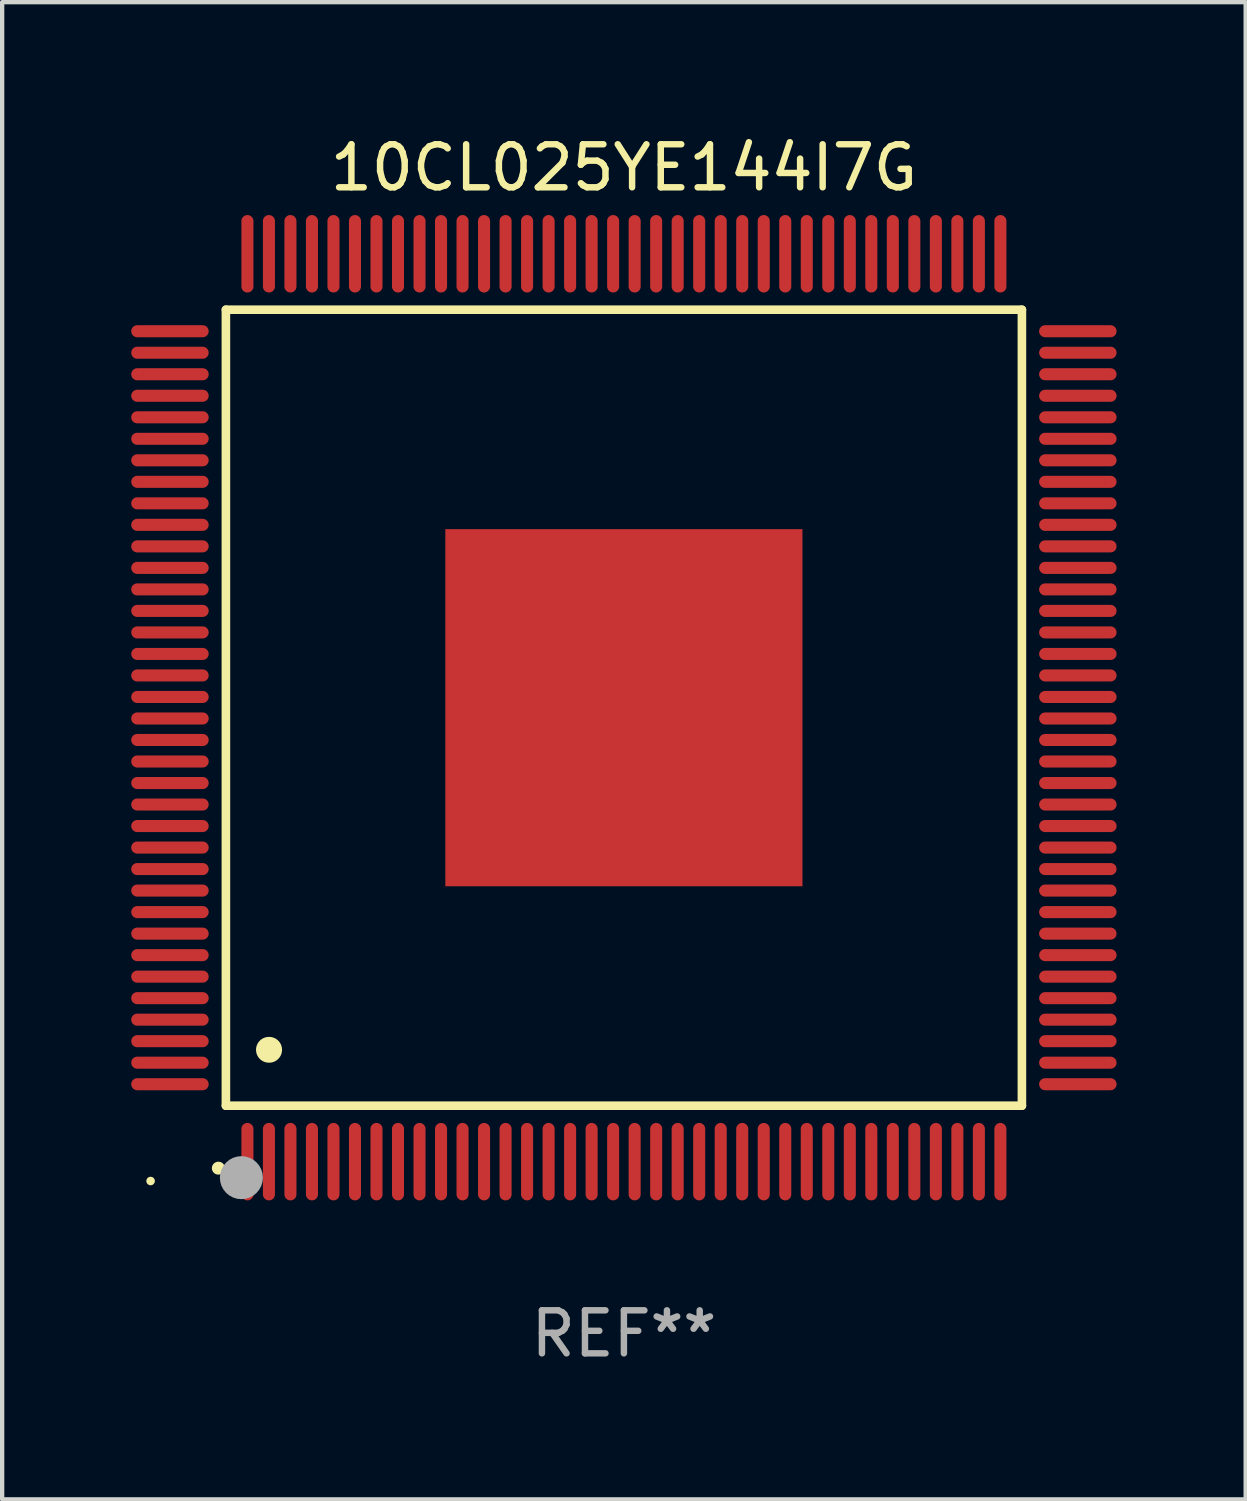
<source format=kicad_pcb>
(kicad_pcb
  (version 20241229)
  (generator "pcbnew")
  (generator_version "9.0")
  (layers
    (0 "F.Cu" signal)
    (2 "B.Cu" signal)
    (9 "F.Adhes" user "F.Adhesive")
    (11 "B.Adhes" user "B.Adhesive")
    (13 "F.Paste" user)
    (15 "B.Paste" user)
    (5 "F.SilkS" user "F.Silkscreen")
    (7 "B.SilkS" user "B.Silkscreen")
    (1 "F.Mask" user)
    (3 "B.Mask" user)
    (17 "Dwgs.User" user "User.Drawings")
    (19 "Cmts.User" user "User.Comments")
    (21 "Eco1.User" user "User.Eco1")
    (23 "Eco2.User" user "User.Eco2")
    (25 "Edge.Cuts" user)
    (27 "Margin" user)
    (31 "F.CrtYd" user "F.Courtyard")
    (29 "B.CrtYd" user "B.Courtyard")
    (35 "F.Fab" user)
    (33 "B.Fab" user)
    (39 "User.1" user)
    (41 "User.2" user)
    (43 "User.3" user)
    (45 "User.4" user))
  (footprint "10CL025YE144I7G"
    (layer "F.Cu")
    (at 11.45 13.398)
    (property "Reference" "10CL025YE144I7G" (at 0 -12.55 0) (layer "F.SilkS") (effects (font (size 1 1) (thickness 0.15))))
    (attr through_hole)
    (fp_line (start -9.25 -9.25) (end 9.25 -9.25) (stroke (width 0.2) (type solid)) (layer "F.SilkS"))
    (fp_line (start -9.25 9.25) (end -9.25 -9.25) (stroke (width 0.2) (type solid)) (layer "F.SilkS"))
    (fp_line (start 9.25 -9.25) (end 9.25 9.25) (stroke (width 0.2) (type solid)) (layer "F.SilkS"))
    (fp_line (start 9.25 9.25) (end -9.25 9.25) (stroke (width 0.2) (type solid)) (layer "F.SilkS"))
    (fp_arc (start -9.425959 10.701041) (mid -9.424689 10.701036) (end -9.423419 10.701041) (stroke (width 0.3) (type solid)) (layer "F.SilkS"))
    (fp_arc (start -8.249936 7.950216) (mid -8.247396 7.950205) (end -8.244856 7.950216) (stroke (width 0.6) (type solid)) (layer "F.SilkS"))
    (fp_circle (center -11 11) (end -10.95 11) (stroke (width 0.1) (type solid)) (fill no) (layer "F.SilkS"))
    (fp_circle (center -8.89 10.922) (end -8.64 10.922) (stroke (width 0.5) (type solid)) (fill no) (layer "F.Fab"))
    (fp_text user "REF**" (at 0 14.55 0) (layer "F.Fab") (effects (font (size 1 1) (thickness 0.15))))
    (pad "1" smd oval (at -8.75 10.55) (size 0.28 1.8) (layers "F.Cu" "F.Mask" "F.Paste"))
    (pad "2" smd oval (at -8.25 10.55) (size 0.28 1.8) (layers "F.Cu" "F.Mask" "F.Paste"))
    (pad "3" smd oval (at -7.75 10.55) (size 0.28 1.8) (layers "F.Cu" "F.Mask" "F.Paste"))
    (pad "4" smd oval (at -7.25 10.55) (size 0.28 1.8) (layers "F.Cu" "F.Mask" "F.Paste"))
    (pad "5" smd oval (at -6.75 10.55) (size 0.28 1.8) (layers "F.Cu" "F.Mask" "F.Paste"))
    (pad "6" smd oval (at -6.25 10.55) (size 0.28 1.8) (layers "F.Cu" "F.Mask" "F.Paste"))
    (pad "7" smd oval (at -5.75 10.55) (size 0.28 1.8) (layers "F.Cu" "F.Mask" "F.Paste"))
    (pad "8" smd oval (at -5.25 10.55) (size 0.28 1.8) (layers "F.Cu" "F.Mask" "F.Paste"))
    (pad "9" smd oval (at -4.75 10.55) (size 0.28 1.8) (layers "F.Cu" "F.Mask" "F.Paste"))
    (pad "10" smd oval (at -4.25 10.55) (size 0.28 1.8) (layers "F.Cu" "F.Mask" "F.Paste"))
    (pad "11" smd oval (at -3.75 10.55) (size 0.28 1.8) (layers "F.Cu" "F.Mask" "F.Paste"))
    (pad "12" smd oval (at -3.25 10.55) (size 0.28 1.8) (layers "F.Cu" "F.Mask" "F.Paste"))
    (pad "13" smd oval (at -2.75 10.55) (size 0.28 1.8) (layers "F.Cu" "F.Mask" "F.Paste"))
    (pad "14" smd oval (at -2.25 10.55) (size 0.28 1.8) (layers "F.Cu" "F.Mask" "F.Paste"))
    (pad "15" smd oval (at -1.75 10.55) (size 0.28 1.8) (layers "F.Cu" "F.Mask" "F.Paste"))
    (pad "16" smd oval (at -1.25 10.55) (size 0.28 1.8) (layers "F.Cu" "F.Mask" "F.Paste"))
    (pad "17" smd oval (at -0.75 10.55) (size 0.28 1.8) (layers "F.Cu" "F.Mask" "F.Paste"))
    (pad "18" smd oval (at -0.25 10.55) (size 0.28 1.8) (layers "F.Cu" "F.Mask" "F.Paste"))
    (pad "19" smd oval (at 0.25 10.55) (size 0.28 1.8) (layers "F.Cu" "F.Mask" "F.Paste"))
    (pad "20" smd oval (at 0.75 10.55) (size 0.28 1.8) (layers "F.Cu" "F.Mask" "F.Paste"))
    (pad "21" smd oval (at 1.25 10.55) (size 0.28 1.8) (layers "F.Cu" "F.Mask" "F.Paste"))
    (pad "22" smd oval (at 1.75 10.55) (size 0.28 1.8) (layers "F.Cu" "F.Mask" "F.Paste"))
    (pad "23" smd oval (at 2.25 10.55) (size 0.28 1.8) (layers "F.Cu" "F.Mask" "F.Paste"))
    (pad "24" smd oval (at 2.75 10.55) (size 0.28 1.8) (layers "F.Cu" "F.Mask" "F.Paste"))
    (pad "25" smd oval (at 3.25 10.55) (size 0.28 1.8) (layers "F.Cu" "F.Mask" "F.Paste"))
    (pad "26" smd oval (at 3.75 10.55) (size 0.28 1.8) (layers "F.Cu" "F.Mask" "F.Paste"))
    (pad "27" smd oval (at 4.25 10.55) (size 0.28 1.8) (layers "F.Cu" "F.Mask" "F.Paste"))
    (pad "28" smd oval (at 4.75 10.55) (size 0.28 1.8) (layers "F.Cu" "F.Mask" "F.Paste"))
    (pad "29" smd oval (at 5.25 10.55) (size 0.28 1.8) (layers "F.Cu" "F.Mask" "F.Paste"))
    (pad "30" smd oval (at 5.75 10.55) (size 0.28 1.8) (layers "F.Cu" "F.Mask" "F.Paste"))
    (pad "31" smd oval (at 6.25 10.55) (size 0.28 1.8) (layers "F.Cu" "F.Mask" "F.Paste"))
    (pad "32" smd oval (at 6.75 10.55) (size 0.28 1.8) (layers "F.Cu" "F.Mask" "F.Paste"))
    (pad "33" smd oval (at 7.25 10.55) (size 0.28 1.8) (layers "F.Cu" "F.Mask" "F.Paste"))
    (pad "34" smd oval (at 7.75 10.55) (size 0.28 1.8) (layers "F.Cu" "F.Mask" "F.Paste"))
    (pad "35" smd oval (at 8.25 10.55) (size 0.28 1.8) (layers "F.Cu" "F.Mask" "F.Paste"))
    (pad "36" smd oval (at 8.75 10.55) (size 0.28 1.8) (layers "F.Cu" "F.Mask" "F.Paste"))
    (pad "37" smd oval (at 10.55 8.75) (size 1.8 0.28) (layers "F.Cu" "F.Mask" "F.Paste"))
    (pad "38" smd oval (at 10.55 8.25) (size 1.8 0.28) (layers "F.Cu" "F.Mask" "F.Paste"))
    (pad "39" smd oval (at 10.55 7.75) (size 1.8 0.28) (layers "F.Cu" "F.Mask" "F.Paste"))
    (pad "40" smd oval (at 10.55 7.25) (size 1.8 0.28) (layers "F.Cu" "F.Mask" "F.Paste"))
    (pad "41" smd oval (at 10.55 6.75) (size 1.8 0.28) (layers "F.Cu" "F.Mask" "F.Paste"))
    (pad "42" smd oval (at 10.55 6.25) (size 1.8 0.28) (layers "F.Cu" "F.Mask" "F.Paste"))
    (pad "43" smd oval (at 10.55 5.75) (size 1.8 0.28) (layers "F.Cu" "F.Mask" "F.Paste"))
    (pad "44" smd oval (at 10.55 5.25) (size 1.8 0.28) (layers "F.Cu" "F.Mask" "F.Paste"))
    (pad "45" smd oval (at 10.55 4.75) (size 1.8 0.28) (layers "F.Cu" "F.Mask" "F.Paste"))
    (pad "46" smd oval (at 10.55 4.25) (size 1.8 0.28) (layers "F.Cu" "F.Mask" "F.Paste"))
    (pad "47" smd oval (at 10.55 3.75) (size 1.8 0.28) (layers "F.Cu" "F.Mask" "F.Paste"))
    (pad "48" smd oval (at 10.55 3.25) (size 1.8 0.28) (layers "F.Cu" "F.Mask" "F.Paste"))
    (pad "49" smd oval (at 10.55 2.75) (size 1.8 0.28) (layers "F.Cu" "F.Mask" "F.Paste"))
    (pad "50" smd oval (at 10.55 2.25) (size 1.8 0.28) (layers "F.Cu" "F.Mask" "F.Paste"))
    (pad "51" smd oval (at 10.55 1.75) (size 1.8 0.28) (layers "F.Cu" "F.Mask" "F.Paste"))
    (pad "52" smd oval (at 10.55 1.25) (size 1.8 0.28) (layers "F.Cu" "F.Mask" "F.Paste"))
    (pad "53" smd oval (at 10.55 0.75) (size 1.8 0.28) (layers "F.Cu" "F.Mask" "F.Paste"))
    (pad "54" smd oval (at 10.55 0.25) (size 1.8 0.28) (layers "F.Cu" "F.Mask" "F.Paste"))
    (pad "55" smd oval (at 10.55 -0.25) (size 1.8 0.28) (layers "F.Cu" "F.Mask" "F.Paste"))
    (pad "56" smd oval (at 10.55 -0.75) (size 1.8 0.28) (layers "F.Cu" "F.Mask" "F.Paste"))
    (pad "57" smd oval (at 10.55 -1.25) (size 1.8 0.28) (layers "F.Cu" "F.Mask" "F.Paste"))
    (pad "58" smd oval (at 10.55 -1.75) (size 1.8 0.28) (layers "F.Cu" "F.Mask" "F.Paste"))
    (pad "59" smd oval (at 10.55 -2.25) (size 1.8 0.28) (layers "F.Cu" "F.Mask" "F.Paste"))
    (pad "60" smd oval (at 10.55 -2.75) (size 1.8 0.28) (layers "F.Cu" "F.Mask" "F.Paste"))
    (pad "61" smd oval (at 10.55 -3.25) (size 1.8 0.28) (layers "F.Cu" "F.Mask" "F.Paste"))
    (pad "62" smd oval (at 10.55 -3.75) (size 1.8 0.28) (layers "F.Cu" "F.Mask" "F.Paste"))
    (pad "63" smd oval (at 10.55 -4.25) (size 1.8 0.28) (layers "F.Cu" "F.Mask" "F.Paste"))
    (pad "64" smd oval (at 10.55 -4.75) (size 1.8 0.28) (layers "F.Cu" "F.Mask" "F.Paste"))
    (pad "65" smd oval (at 10.55 -5.25) (size 1.8 0.28) (layers "F.Cu" "F.Mask" "F.Paste"))
    (pad "66" smd oval (at 10.55 -5.75) (size 1.8 0.28) (layers "F.Cu" "F.Mask" "F.Paste"))
    (pad "67" smd oval (at 10.55 -6.25) (size 1.8 0.28) (layers "F.Cu" "F.Mask" "F.Paste"))
    (pad "68" smd oval (at 10.55 -6.75) (size 1.8 0.28) (layers "F.Cu" "F.Mask" "F.Paste"))
    (pad "69" smd oval (at 10.55 -7.25) (size 1.8 0.28) (layers "F.Cu" "F.Mask" "F.Paste"))
    (pad "70" smd oval (at 10.55 -7.75) (size 1.8 0.28) (layers "F.Cu" "F.Mask" "F.Paste"))
    (pad "71" smd oval (at 10.55 -8.25) (size 1.8 0.28) (layers "F.Cu" "F.Mask" "F.Paste"))
    (pad "72" smd oval (at 10.55 -8.75) (size 1.8 0.28) (layers "F.Cu" "F.Mask" "F.Paste"))
    (pad "73" smd oval (at 8.75 -10.55) (size 0.28 1.8) (layers "F.Cu" "F.Mask" "F.Paste"))
    (pad "74" smd oval (at 8.25 -10.55) (size 0.28 1.8) (layers "F.Cu" "F.Mask" "F.Paste"))
    (pad "75" smd oval (at 7.75 -10.55) (size 0.28 1.8) (layers "F.Cu" "F.Mask" "F.Paste"))
    (pad "76" smd oval (at 7.25 -10.55) (size 0.28 1.8) (layers "F.Cu" "F.Mask" "F.Paste"))
    (pad "77" smd oval (at 6.75 -10.55) (size 0.28 1.8) (layers "F.Cu" "F.Mask" "F.Paste"))
    (pad "78" smd oval (at 6.25 -10.55) (size 0.28 1.8) (layers "F.Cu" "F.Mask" "F.Paste"))
    (pad "79" smd oval (at 5.75 -10.55) (size 0.28 1.8) (layers "F.Cu" "F.Mask" "F.Paste"))
    (pad "80" smd oval (at 5.25 -10.55) (size 0.28 1.8) (layers "F.Cu" "F.Mask" "F.Paste"))
    (pad "81" smd oval (at 4.75 -10.55) (size 0.28 1.8) (layers "F.Cu" "F.Mask" "F.Paste"))
    (pad "82" smd oval (at 4.25 -10.55) (size 0.28 1.8) (layers "F.Cu" "F.Mask" "F.Paste"))
    (pad "83" smd oval (at 3.75 -10.55) (size 0.28 1.8) (layers "F.Cu" "F.Mask" "F.Paste"))
    (pad "84" smd oval (at 3.25 -10.55) (size 0.28 1.8) (layers "F.Cu" "F.Mask" "F.Paste"))
    (pad "85" smd oval (at 2.75 -10.55) (size 0.28 1.8) (layers "F.Cu" "F.Mask" "F.Paste"))
    (pad "86" smd oval (at 2.25 -10.55) (size 0.28 1.8) (layers "F.Cu" "F.Mask" "F.Paste"))
    (pad "87" smd oval (at 1.75 -10.55) (size 0.28 1.8) (layers "F.Cu" "F.Mask" "F.Paste"))
    (pad "88" smd oval (at 1.25 -10.55) (size 0.28 1.8) (layers "F.Cu" "F.Mask" "F.Paste"))
    (pad "89" smd oval (at 0.75 -10.55) (size 0.28 1.8) (layers "F.Cu" "F.Mask" "F.Paste"))
    (pad "90" smd oval (at 0.25 -10.55) (size 0.28 1.8) (layers "F.Cu" "F.Mask" "F.Paste"))
    (pad "91" smd oval (at -0.25 -10.55) (size 0.28 1.8) (layers "F.Cu" "F.Mask" "F.Paste"))
    (pad "92" smd oval (at -0.75 -10.55) (size 0.28 1.8) (layers "F.Cu" "F.Mask" "F.Paste"))
    (pad "93" smd oval (at -1.25 -10.55) (size 0.28 1.8) (layers "F.Cu" "F.Mask" "F.Paste"))
    (pad "94" smd oval (at -1.75 -10.55) (size 0.28 1.8) (layers "F.Cu" "F.Mask" "F.Paste"))
    (pad "95" smd oval (at -2.25 -10.55) (size 0.28 1.8) (layers "F.Cu" "F.Mask" "F.Paste"))
    (pad "96" smd oval (at -2.75 -10.55) (size 0.28 1.8) (layers "F.Cu" "F.Mask" "F.Paste"))
    (pad "97" smd oval (at -3.25 -10.55) (size 0.28 1.8) (layers "F.Cu" "F.Mask" "F.Paste"))
    (pad "98" smd oval (at -3.75 -10.55) (size 0.28 1.8) (layers "F.Cu" "F.Mask" "F.Paste"))
    (pad "99" smd oval (at -4.25 -10.55) (size 0.28 1.8) (layers "F.Cu" "F.Mask" "F.Paste"))
    (pad "100" smd oval (at -4.75 -10.55) (size 0.28 1.8) (layers "F.Cu" "F.Mask" "F.Paste"))
    (pad "101" smd oval (at -5.25 -10.55) (size 0.28 1.8) (layers "F.Cu" "F.Mask" "F.Paste"))
    (pad "102" smd oval (at -5.75 -10.55) (size 0.28 1.8) (layers "F.Cu" "F.Mask" "F.Paste"))
    (pad "103" smd oval (at -6.25 -10.55) (size 0.28 1.8) (layers "F.Cu" "F.Mask" "F.Paste"))
    (pad "104" smd oval (at -6.75 -10.55) (size 0.28 1.8) (layers "F.Cu" "F.Mask" "F.Paste"))
    (pad "105" smd oval (at -7.25 -10.55) (size 0.28 1.8) (layers "F.Cu" "F.Mask" "F.Paste"))
    (pad "106" smd oval (at -7.75 -10.55) (size 0.28 1.8) (layers "F.Cu" "F.Mask" "F.Paste"))
    (pad "107" smd oval (at -8.25 -10.55) (size 0.28 1.8) (layers "F.Cu" "F.Mask" "F.Paste"))
    (pad "108" smd oval (at -8.75 -10.55) (size 0.28 1.8) (layers "F.Cu" "F.Mask" "F.Paste"))
    (pad "109" smd oval (at -10.55 -8.75) (size 1.8 0.28) (layers "F.Cu" "F.Mask" "F.Paste"))
    (pad "110" smd oval (at -10.55 -8.25) (size 1.8 0.28) (layers "F.Cu" "F.Mask" "F.Paste"))
    (pad "111" smd oval (at -10.55 -7.75) (size 1.8 0.28) (layers "F.Cu" "F.Mask" "F.Paste"))
    (pad "112" smd oval (at -10.55 -7.25) (size 1.8 0.28) (layers "F.Cu" "F.Mask" "F.Paste"))
    (pad "113" smd oval (at -10.55 -6.75) (size 1.8 0.28) (layers "F.Cu" "F.Mask" "F.Paste"))
    (pad "114" smd oval (at -10.55 -6.25) (size 1.8 0.28) (layers "F.Cu" "F.Mask" "F.Paste"))
    (pad "115" smd oval (at -10.55 -5.75) (size 1.8 0.28) (layers "F.Cu" "F.Mask" "F.Paste"))
    (pad "116" smd oval (at -10.55 -5.25) (size 1.8 0.28) (layers "F.Cu" "F.Mask" "F.Paste"))
    (pad "117" smd oval (at -10.55 -4.75) (size 1.8 0.28) (layers "F.Cu" "F.Mask" "F.Paste"))
    (pad "118" smd oval (at -10.55 -4.25) (size 1.8 0.28) (layers "F.Cu" "F.Mask" "F.Paste"))
    (pad "119" smd oval (at -10.55 -3.75) (size 1.8 0.28) (layers "F.Cu" "F.Mask" "F.Paste"))
    (pad "120" smd oval (at -10.55 -3.25) (size 1.8 0.28) (layers "F.Cu" "F.Mask" "F.Paste"))
    (pad "121" smd oval (at -10.55 -2.75) (size 1.8 0.28) (layers "F.Cu" "F.Mask" "F.Paste"))
    (pad "122" smd oval (at -10.55 -2.25) (size 1.8 0.28) (layers "F.Cu" "F.Mask" "F.Paste"))
    (pad "123" smd oval (at -10.55 -1.75) (size 1.8 0.28) (layers "F.Cu" "F.Mask" "F.Paste"))
    (pad "124" smd oval (at -10.55 -1.25) (size 1.8 0.28) (layers "F.Cu" "F.Mask" "F.Paste"))
    (pad "125" smd oval (at -10.55 -0.75) (size 1.8 0.28) (layers "F.Cu" "F.Mask" "F.Paste"))
    (pad "126" smd oval (at -10.55 -0.25) (size 1.8 0.28) (layers "F.Cu" "F.Mask" "F.Paste"))
    (pad "127" smd oval (at -10.55 0.25) (size 1.8 0.28) (layers "F.Cu" "F.Mask" "F.Paste"))
    (pad "128" smd oval (at -10.55 0.75) (size 1.8 0.28) (layers "F.Cu" "F.Mask" "F.Paste"))
    (pad "129" smd oval (at -10.55 1.25) (size 1.8 0.28) (layers "F.Cu" "F.Mask" "F.Paste"))
    (pad "130" smd oval (at -10.55 1.75) (size 1.8 0.28) (layers "F.Cu" "F.Mask" "F.Paste"))
    (pad "131" smd oval (at -10.55 2.25) (size 1.8 0.28) (layers "F.Cu" "F.Mask" "F.Paste"))
    (pad "132" smd oval (at -10.55 2.75) (size 1.8 0.28) (layers "F.Cu" "F.Mask" "F.Paste"))
    (pad "133" smd oval (at -10.55 3.25) (size 1.8 0.28) (layers "F.Cu" "F.Mask" "F.Paste"))
    (pad "134" smd oval (at -10.55 3.75) (size 1.8 0.28) (layers "F.Cu" "F.Mask" "F.Paste"))
    (pad "135" smd oval (at -10.55 4.25) (size 1.8 0.28) (layers "F.Cu" "F.Mask" "F.Paste"))
    (pad "136" smd oval (at -10.55 4.75) (size 1.8 0.28) (layers "F.Cu" "F.Mask" "F.Paste"))
    (pad "137" smd oval (at -10.55 5.25) (size 1.8 0.28) (layers "F.Cu" "F.Mask" "F.Paste"))
    (pad "138" smd oval (at -10.55 5.75) (size 1.8 0.28) (layers "F.Cu" "F.Mask" "F.Paste"))
    (pad "139" smd oval (at -10.55 6.25) (size 1.8 0.28) (layers "F.Cu" "F.Mask" "F.Paste"))
    (pad "140" smd oval (at -10.55 6.75) (size 1.8 0.28) (layers "F.Cu" "F.Mask" "F.Paste"))
    (pad "141" smd oval (at -10.55 7.25) (size 1.8 0.28) (layers "F.Cu" "F.Mask" "F.Paste"))
    (pad "142" smd oval (at -10.55 7.75) (size 1.8 0.28) (layers "F.Cu" "F.Mask" "F.Paste"))
    (pad "143" smd oval (at -10.55 8.25) (size 1.8 0.28) (layers "F.Cu" "F.Mask" "F.Paste"))
    (pad "144" smd oval (at -10.55 8.75) (size 1.8 0.28) (layers "F.Cu" "F.Mask" "F.Paste"))
    (pad "145" smd rect (at 0 0) (size 8.3 8.3) (layers "F.Cu" "F.Mask" "F.Paste")))
  (gr_rect
    (start -3 -3)
    (end 25.9 31.796)
    (stroke (width 0.1) (type default))
    (fill no)
    (layer "Edge.Cuts")))
</source>
